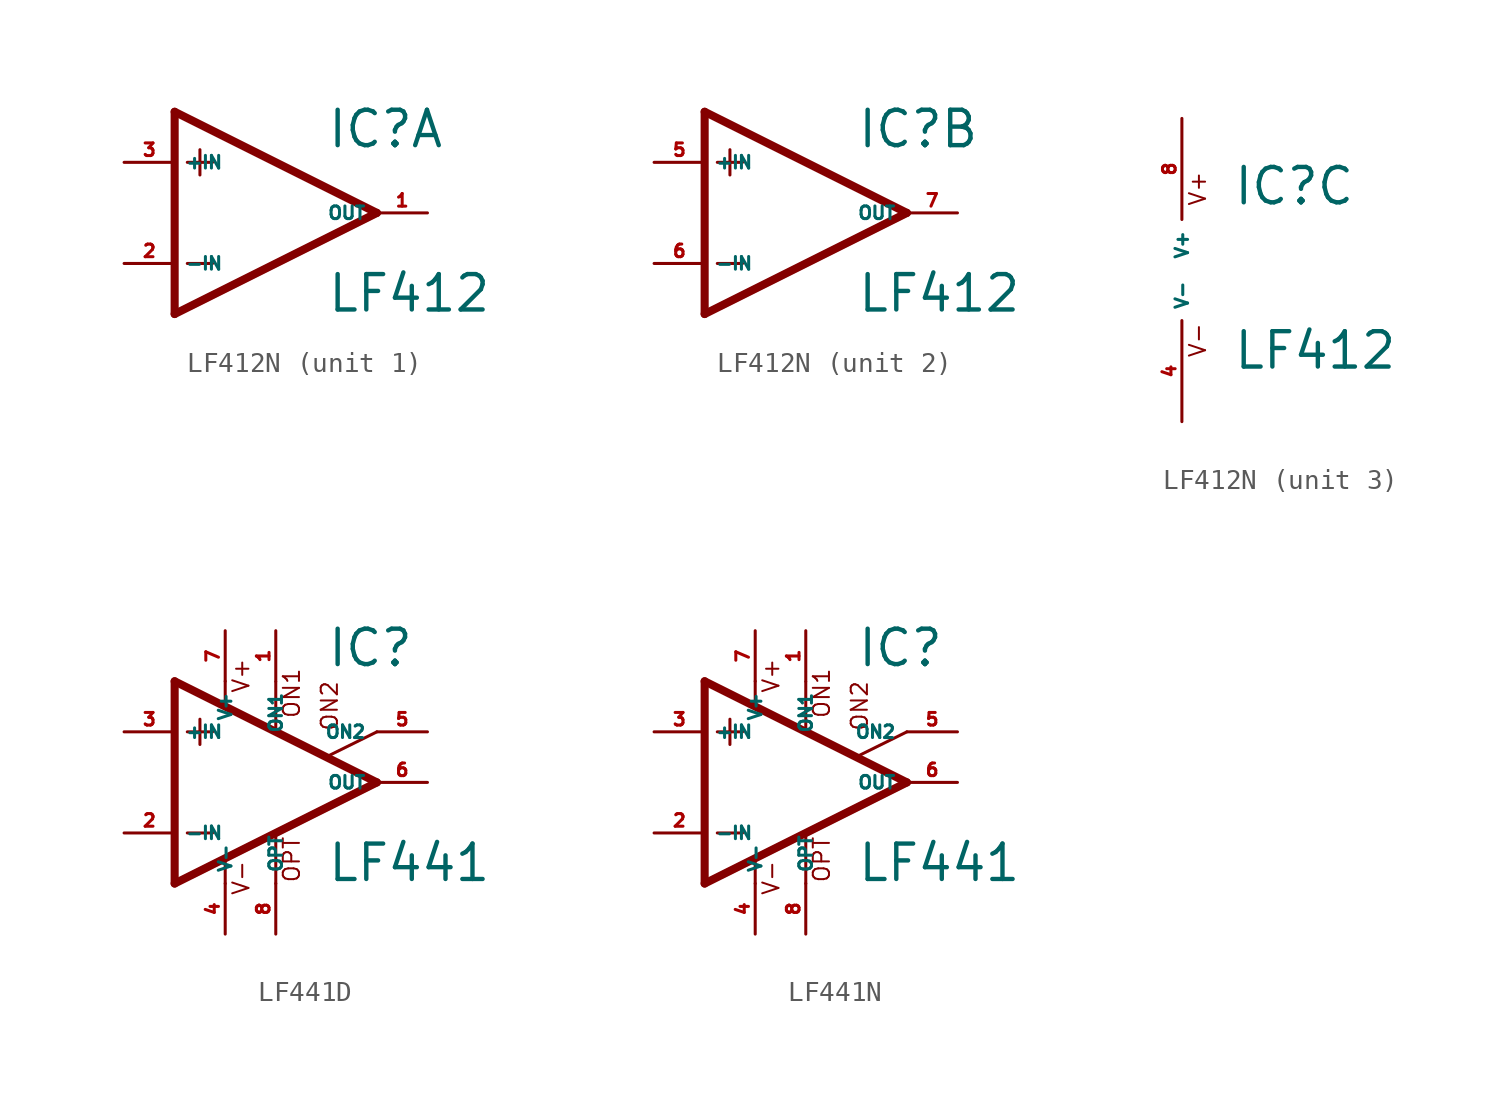
<source format=kicad_sym>
(kicad_symbol_lib
  (version 20220914)
  (generator Eagle2Kicad)
  (symbol "LF412N"
    (property "Reference" "IC"
      (at 2.54 3.175 0)
      (effects (font (size 1.778 1.778) (thickness 0.22)) (justify left bottom)))
    (property "Value" "LF412"
      (at 2.54 -5.08 0)
      (effects (font (size 1.778 1.778) (thickness 0.22)) (justify left bottom)))
    (symbol "LF412N_1_0"
      (polyline (pts (xy -5.08 5.08) (xy -5.08 -5.08)) (stroke (width 0.406) (type default)) (fill (type none)))
      (polyline (pts (xy -5.08 -5.08) (xy 5.08 0)) (stroke (width 0.406) (type default)) (fill (type none)))
      (polyline (pts (xy 5.08 0) (xy -5.08 5.08)) (stroke (width 0.406) (type default)) (fill (type none)))
      (polyline (pts (xy -3.81 3.175) (xy -3.81 1.905)) (stroke (width 0.152) (type default)) (fill (type none)))
      (polyline (pts (xy -4.445 2.54) (xy -3.175 2.54)) (stroke (width 0.152) (type default)) (fill (type none)))
      (polyline (pts (xy -4.445 -2.54) (xy -3.175 -2.54)) (stroke (width 0.152) (type default)) (fill (type none)))
      (pin input line (at -7.62 -2.54 0) (length 2.54) (name "-IN" (effects (font (size 0.635 0.635) (thickness 0.08)) (justify left bottom))) (number "2" (effects (font (size 0.635 0.635) (thickness 0.08)) (justify left bottom))))
      (pin input line (at -7.62 2.54 0) (length 2.54) (name "+IN" (effects (font (size 0.635 0.635) (thickness 0.08)) (justify left bottom))) (number "3" (effects (font (size 0.635 0.635) (thickness 0.08)) (justify left bottom))))
      (pin output line (at 7.62 0 180) (length 2.54) (name "OUT" (effects (font (size 0.635 0.635) (thickness 0.08)) (justify left bottom))) (number "1" (effects (font (size 0.635 0.635) (thickness 0.08)) (justify left bottom)))))
    (symbol "LF412N_2_0"
      (polyline (pts (xy -5.08 5.08) (xy -5.08 -5.08)) (stroke (width 0.406) (type default)) (fill (type none)))
      (polyline (pts (xy -5.08 -5.08) (xy 5.08 0)) (stroke (width 0.406) (type default)) (fill (type none)))
      (polyline (pts (xy 5.08 0) (xy -5.08 5.08)) (stroke (width 0.406) (type default)) (fill (type none)))
      (polyline (pts (xy -3.81 3.175) (xy -3.81 1.905)) (stroke (width 0.152) (type default)) (fill (type none)))
      (polyline (pts (xy -4.445 2.54) (xy -3.175 2.54)) (stroke (width 0.152) (type default)) (fill (type none)))
      (polyline (pts (xy -4.445 -2.54) (xy -3.175 -2.54)) (stroke (width 0.152) (type default)) (fill (type none)))
      (pin input line (at -7.62 -2.54 0) (length 2.54) (name "-IN" (effects (font (size 0.635 0.635) (thickness 0.08)) (justify left bottom))) (number "6" (effects (font (size 0.635 0.635) (thickness 0.08)) (justify left bottom))))
      (pin input line (at -7.62 2.54 0) (length 2.54) (name "+IN" (effects (font (size 0.635 0.635) (thickness 0.08)) (justify left bottom))) (number "5" (effects (font (size 0.635 0.635) (thickness 0.08)) (justify left bottom))))
      (pin output line (at 7.62 0 180) (length 2.54) (name "OUT" (effects (font (size 0.635 0.635) (thickness 0.08)) (justify left bottom))) (number "7" (effects (font (size 0.635 0.635) (thickness 0.08)) (justify left bottom)))))
    (symbol "LF412N_3_0"
      (text "V+" (at 1.27 3.175 900) (effects (font (size 0.813 0.813) (thickness 0.10)) (justify left bottom)))
      (text "V-" (at 1.27 -4.445 900) (effects (font (size 0.813 0.813) (thickness 0.10)) (justify left bottom)))
      (pin unspecified line (at 0 7.62 270) (length 5.08) (name "V+" (effects (font (size 0.635 0.635) (thickness 0.08)) (justify left bottom))) (number "8" (effects (font (size 0.635 0.635) (thickness 0.08)) (justify left bottom))))
      (pin unspecified line (at 0 -7.62 90) (length 5.08) (name "V-" (effects (font (size 0.635 0.635) (thickness 0.08)) (justify left bottom))) (number "4" (effects (font (size 0.635 0.635) (thickness 0.08)) (justify left bottom))))))
  (symbol "LF441D"
    (property "Reference" "IC"
      (at 2.54 5.715 0)
      (effects (font (size 1.778 1.778) (thickness 0.22)) (justify left bottom)))
    (property "Value" "LF441"
      (at 2.54 -5.08 0)
      (effects (font (size 1.778 1.778) (thickness 0.22)) (justify left bottom)))
    (polyline
      (pts (xy -3.81 3.175) (xy -3.81 1.905))
      (stroke (width 0.152) (type default))
      (fill (type none)))
    (polyline
      (pts (xy -4.445 2.54) (xy -3.175 2.54))
      (stroke (width 0.152) (type default))
      (fill (type none)))
    (polyline
      (pts (xy -4.445 -2.54) (xy -3.175 -2.54))
      (stroke (width 0.152) (type default))
      (fill (type none)))
    (polyline
      (pts (xy -2.54 5.08) (xy -2.54 3.886))
      (stroke (width 0.152) (type default))
      (fill (type none)))
    (polyline
      (pts (xy 0 5.055) (xy 0 2.616))
      (stroke (width 0.152) (type default))
      (fill (type none)))
    (polyline
      (pts (xy 0 -2.616) (xy 0 -5.08))
      (stroke (width 0.152) (type default))
      (fill (type none)))
    (polyline
      (pts (xy -2.54 -3.912) (xy -2.54 -5.08))
      (stroke (width 0.152) (type default))
      (fill (type none)))
    (polyline
      (pts (xy 5.08 2.54) (xy 2.616 1.321))
      (stroke (width 0.152) (type default))
      (fill (type none)))
    (polyline
      (pts (xy 5.08 0) (xy -5.08 5.08))
      (stroke (width 0.406) (type default))
      (fill (type none)))
    (polyline
      (pts (xy -5.08 5.08) (xy -5.08 -5.08))
      (stroke (width 0.406) (type default))
      (fill (type none)))
    (polyline
      (pts (xy -5.08 -5.08) (xy 5.08 0))
      (stroke (width 0.406) (type default))
      (fill (type none)))
    (text "ON1"
      (at 1.27 3.175 900)
      (effects (font (size 0.813 0.813) (thickness 0.10)) (justify left bottom)))
    (text "ON2"
      (at 3.175 2.54 900)
      (effects (font (size 0.813 0.813) (thickness 0.10)) (justify left bottom)))
    (text "OPT"
      (at 1.27 -5.08 900)
      (effects (font (size 0.813 0.813) (thickness 0.10)) (justify left bottom)))
    (text "V+"
      (at -1.27 4.445 900)
      (effects (font (size 0.813 0.813) (thickness 0.10)) (justify left bottom)))
    (text "V-"
      (at -1.27 -5.715 900)
      (effects (font (size 0.813 0.813) (thickness 0.10)) (justify left bottom)))
    (pin passive line
      (at 7.62 2.54 180)
      (length 2.54)
      (name "ON2" (effects (font (size 0.635 0.635) (thickness 0.08)) (justify left bottom)))
      (number "5" (effects (font (size 0.635 0.635) (thickness 0.08)) (justify left bottom))))
    (pin passive line
      (at 0 7.62 270)
      (length 2.54)
      (name "ON1" (effects (font (size 0.635 0.635) (thickness 0.08)) (justify left bottom)))
      (number "1" (effects (font (size 0.635 0.635) (thickness 0.08)) (justify left bottom))))
    (pin input line
      (at -7.62 -2.54 0)
      (length 2.54)
      (name "-IN" (effects (font (size 0.635 0.635) (thickness 0.08)) (justify left bottom)))
      (number "2" (effects (font (size 0.635 0.635) (thickness 0.08)) (justify left bottom))))
    (pin input line
      (at -7.62 2.54 0)
      (length 2.54)
      (name "+IN" (effects (font (size 0.635 0.635) (thickness 0.08)) (justify left bottom)))
      (number "3" (effects (font (size 0.635 0.635) (thickness 0.08)) (justify left bottom))))
    (pin output line
      (at 7.62 0 180)
      (length 2.54)
      (name "OUT" (effects (font (size 0.635 0.635) (thickness 0.08)) (justify left bottom)))
      (number "6" (effects (font (size 0.635 0.635) (thickness 0.08)) (justify left bottom))))
    (pin passive line
      (at 0 -7.62 90)
      (length 2.54)
      (name "OPT" (effects (font (size 0.635 0.635) (thickness 0.08)) (justify left bottom)))
      (number "8" (effects (font (size 0.635 0.635) (thickness 0.08)) (justify left bottom))))
    (pin unspecified line
      (at -2.54 7.62 270)
      (length 2.54)
      (name "V+" (effects (font (size 0.635 0.635) (thickness 0.08)) (justify left bottom)))
      (number "7" (effects (font (size 0.635 0.635) (thickness 0.08)) (justify left bottom))))
    (pin unspecified line
      (at -2.54 -7.62 90)
      (length 2.54)
      (name "V-" (effects (font (size 0.635 0.635) (thickness 0.08)) (justify left bottom)))
      (number "4" (effects (font (size 0.635 0.635) (thickness 0.08)) (justify left bottom)))))
  (symbol "LF441N"
    (property "Reference" "IC"
      (at 2.54 5.715 0)
      (effects (font (size 1.778 1.778) (thickness 0.22)) (justify left bottom)))
    (property "Value" "LF441"
      (at 2.54 -5.08 0)
      (effects (font (size 1.778 1.778) (thickness 0.22)) (justify left bottom)))
    (polyline
      (pts (xy -3.81 3.175) (xy -3.81 1.905))
      (stroke (width 0.152) (type default))
      (fill (type none)))
    (polyline
      (pts (xy -4.445 2.54) (xy -3.175 2.54))
      (stroke (width 0.152) (type default))
      (fill (type none)))
    (polyline
      (pts (xy -4.445 -2.54) (xy -3.175 -2.54))
      (stroke (width 0.152) (type default))
      (fill (type none)))
    (polyline
      (pts (xy -2.54 5.08) (xy -2.54 3.886))
      (stroke (width 0.152) (type default))
      (fill (type none)))
    (polyline
      (pts (xy 0 5.055) (xy 0 2.616))
      (stroke (width 0.152) (type default))
      (fill (type none)))
    (polyline
      (pts (xy 0 -2.616) (xy 0 -5.08))
      (stroke (width 0.152) (type default))
      (fill (type none)))
    (polyline
      (pts (xy -2.54 -3.912) (xy -2.54 -5.08))
      (stroke (width 0.152) (type default))
      (fill (type none)))
    (polyline
      (pts (xy 5.08 2.54) (xy 2.616 1.321))
      (stroke (width 0.152) (type default))
      (fill (type none)))
    (polyline
      (pts (xy 5.08 0) (xy -5.08 5.08))
      (stroke (width 0.406) (type default))
      (fill (type none)))
    (polyline
      (pts (xy -5.08 5.08) (xy -5.08 -5.08))
      (stroke (width 0.406) (type default))
      (fill (type none)))
    (polyline
      (pts (xy -5.08 -5.08) (xy 5.08 0))
      (stroke (width 0.406) (type default))
      (fill (type none)))
    (text "ON1"
      (at 1.27 3.175 900)
      (effects (font (size 0.813 0.813) (thickness 0.10)) (justify left bottom)))
    (text "ON2"
      (at 3.175 2.54 900)
      (effects (font (size 0.813 0.813) (thickness 0.10)) (justify left bottom)))
    (text "OPT"
      (at 1.27 -5.08 900)
      (effects (font (size 0.813 0.813) (thickness 0.10)) (justify left bottom)))
    (text "V+"
      (at -1.27 4.445 900)
      (effects (font (size 0.813 0.813) (thickness 0.10)) (justify left bottom)))
    (text "V-"
      (at -1.27 -5.715 900)
      (effects (font (size 0.813 0.813) (thickness 0.10)) (justify left bottom)))
    (pin passive line
      (at 7.62 2.54 180)
      (length 2.54)
      (name "ON2" (effects (font (size 0.635 0.635) (thickness 0.08)) (justify left bottom)))
      (number "5" (effects (font (size 0.635 0.635) (thickness 0.08)) (justify left bottom))))
    (pin passive line
      (at 0 7.62 270)
      (length 2.54)
      (name "ON1" (effects (font (size 0.635 0.635) (thickness 0.08)) (justify left bottom)))
      (number "1" (effects (font (size 0.635 0.635) (thickness 0.08)) (justify left bottom))))
    (pin input line
      (at -7.62 -2.54 0)
      (length 2.54)
      (name "-IN" (effects (font (size 0.635 0.635) (thickness 0.08)) (justify left bottom)))
      (number "2" (effects (font (size 0.635 0.635) (thickness 0.08)) (justify left bottom))))
    (pin input line
      (at -7.62 2.54 0)
      (length 2.54)
      (name "+IN" (effects (font (size 0.635 0.635) (thickness 0.08)) (justify left bottom)))
      (number "3" (effects (font (size 0.635 0.635) (thickness 0.08)) (justify left bottom))))
    (pin output line
      (at 7.62 0 180)
      (length 2.54)
      (name "OUT" (effects (font (size 0.635 0.635) (thickness 0.08)) (justify left bottom)))
      (number "6" (effects (font (size 0.635 0.635) (thickness 0.08)) (justify left bottom))))
    (pin passive line
      (at 0 -7.62 90)
      (length 2.54)
      (name "OPT" (effects (font (size 0.635 0.635) (thickness 0.08)) (justify left bottom)))
      (number "8" (effects (font (size 0.635 0.635) (thickness 0.08)) (justify left bottom))))
    (pin unspecified line
      (at -2.54 7.62 270)
      (length 2.54)
      (name "V+" (effects (font (size 0.635 0.635) (thickness 0.08)) (justify left bottom)))
      (number "7" (effects (font (size 0.635 0.635) (thickness 0.08)) (justify left bottom))))
    (pin unspecified line
      (at -2.54 -7.62 90)
      (length 2.54)
      (name "V-" (effects (font (size 0.635 0.635) (thickness 0.08)) (justify left bottom)))
      (number "4" (effects (font (size 0.635 0.635) (thickness 0.08)) (justify left bottom))))))
</source>
